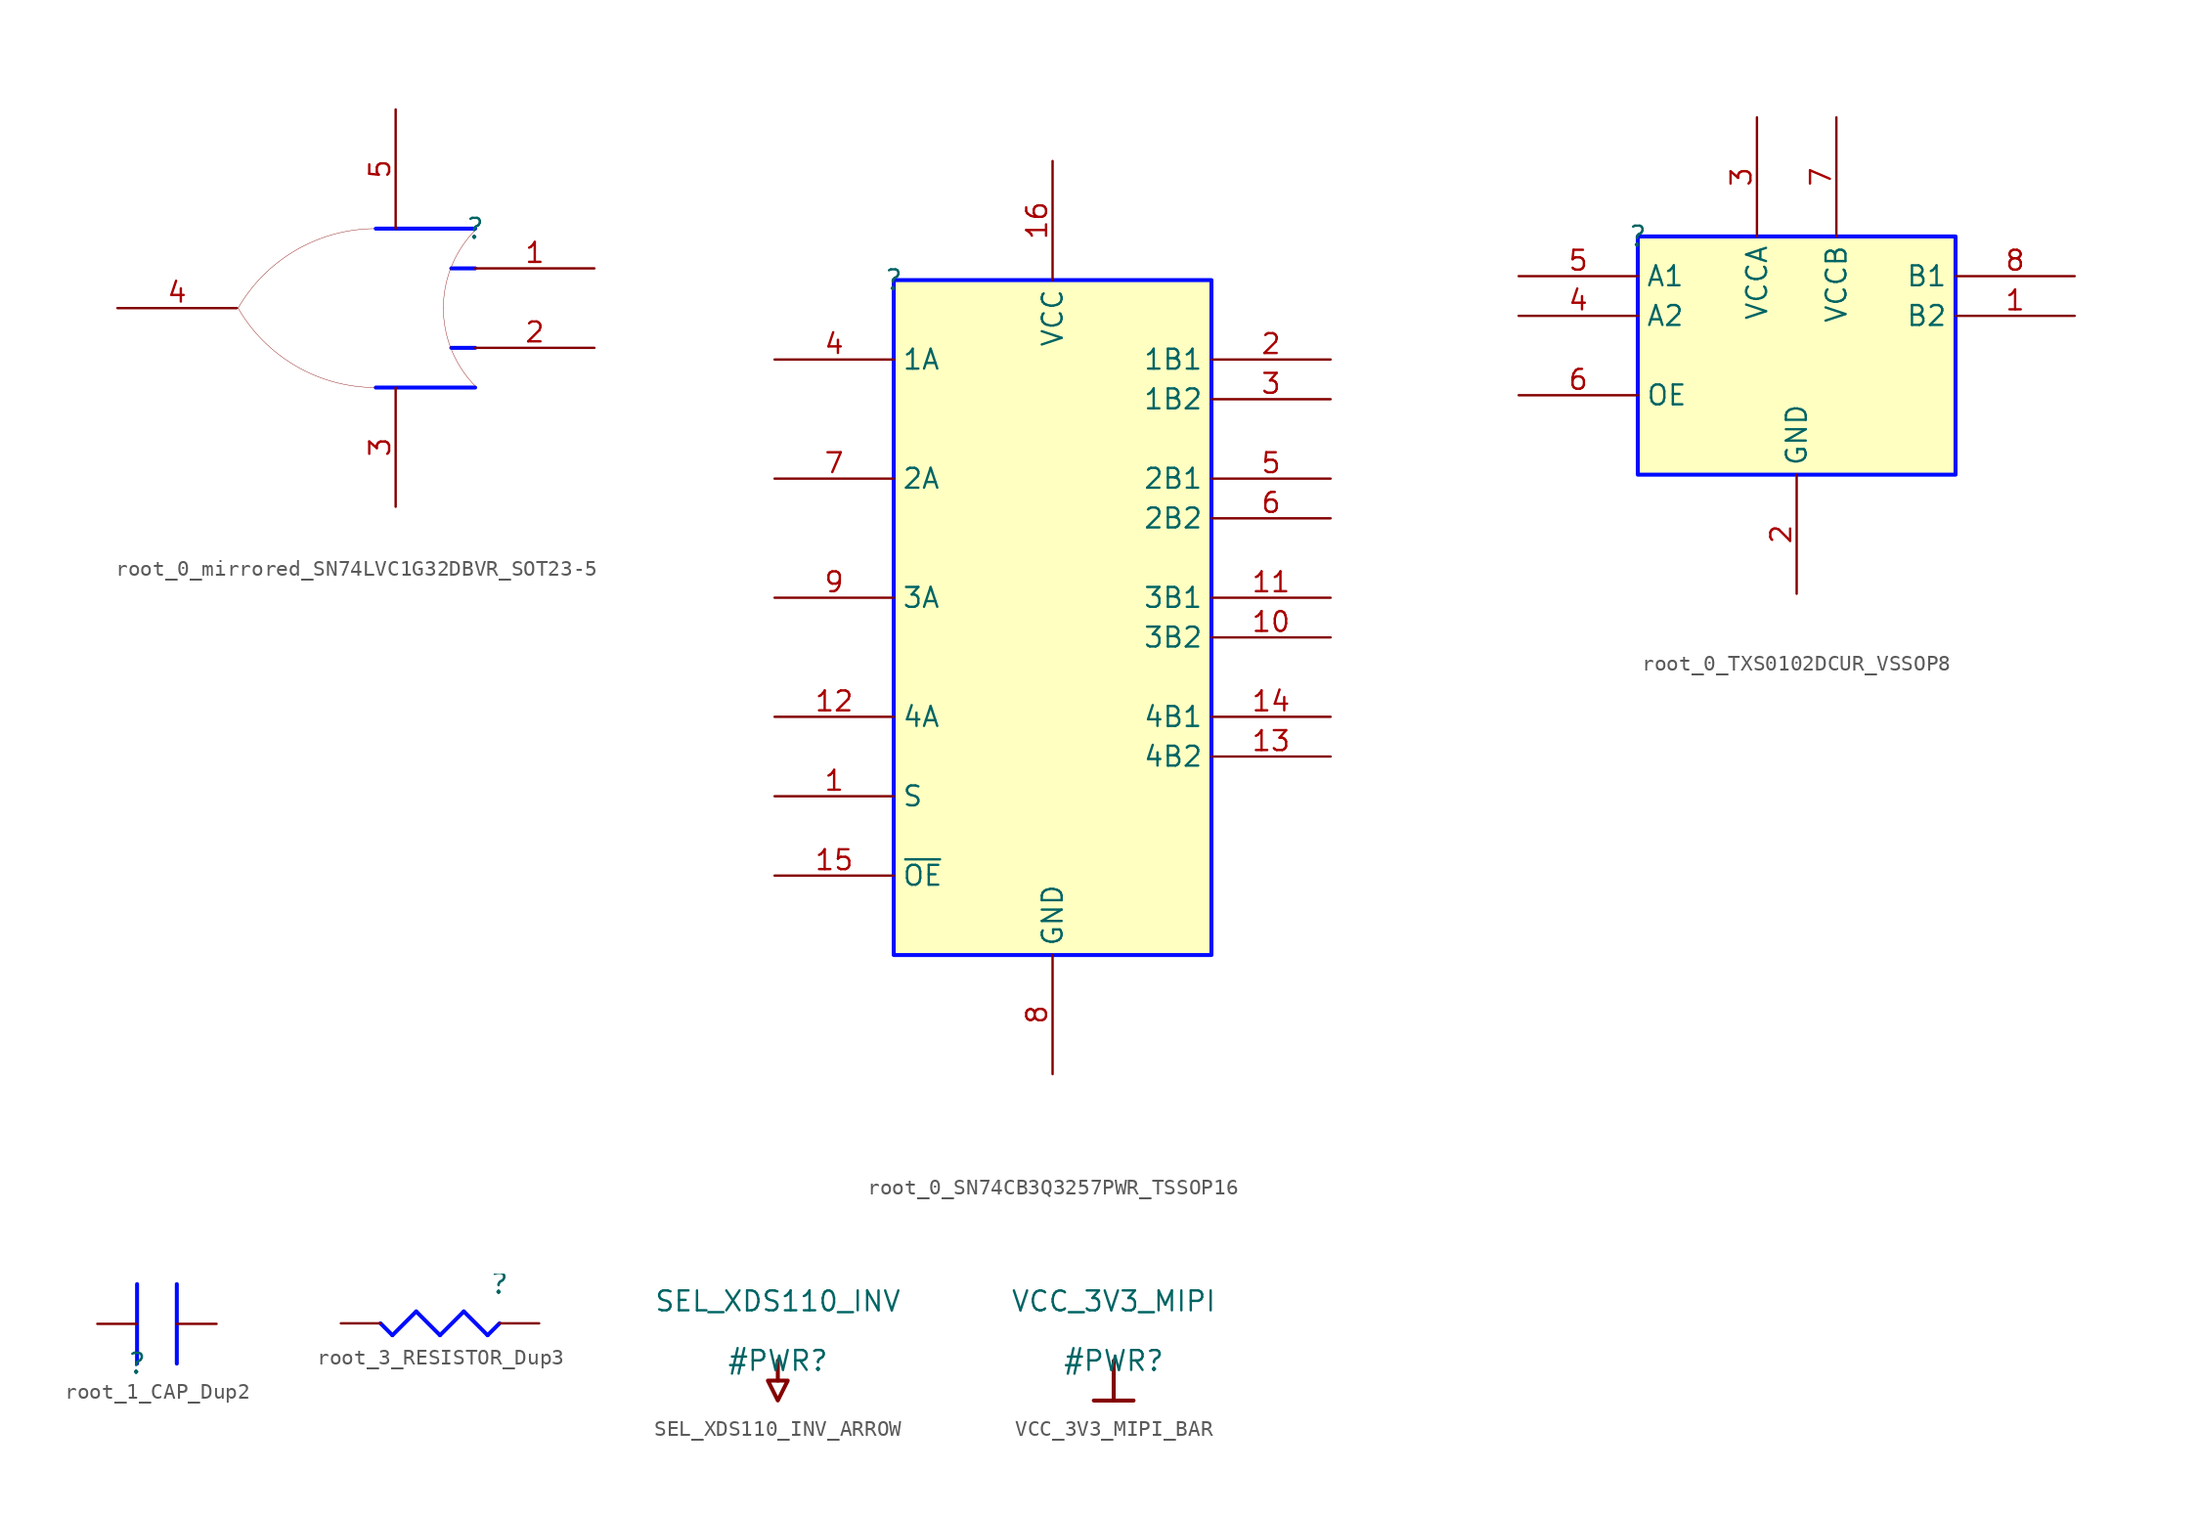
<source format=kicad_sym>
(kicad_symbol_lib
  (version 20231120)
  (generator "kicad_symbol_editor")
  (generator_version "8.0")
  (symbol "root_0_mirrored_SN74LVC1G32DBVR_SOT23-5"
    (property "Reference" ""
      (at 0 0 0)
      (effects (font (size 1.27 1.27))))
    (property "Value" ""
      (at 0 0 0)
      (effects (font (size 1.27 1.27))))
    (symbol "root_0_mirrored_SN74LVC1G32DBVR_SOT23-5_1_0"
      (arc (start -15.1713 -5.0408) (mid -11.4495 -8.7875) (end -6.35 -10.16) (stroke (width 0.0254) (type solid)) (fill (type none)))
      (arc (start -6.35 0) (mid -11.4496 -1.3725) (end -15.1713 -5.1192) (stroke (width 0.0254) (type solid)) (fill (type none)))
      (arc (start -2.032 -5.08) (mid -1.4906 -7.8016) (end 0.0511 -10.1089) (stroke (width 0.0254) (type solid)) (fill (type none)))
      (polyline (pts (xy -6.35 -10.16) (xy 0 -10.16)) (stroke (width 0.254) (type solid) (color 0 11 255 1)) (fill (type none)))
      (polyline (pts (xy -6.35 0) (xy 0 0)) (stroke (width 0.254) (type solid) (color 0 11 255 1)) (fill (type none)))
      (polyline (pts (xy 0 -7.62) (xy -1.524 -7.62)) (stroke (width 0.254) (type solid) (color 0 11 255 1)) (fill (type none)))
      (polyline (pts (xy 0 -2.54) (xy -1.524 -2.54)) (stroke (width 0.254) (type solid) (color 0 11 255 1)) (fill (type none)))
      (arc (start 0.0511 -0.0511) (mid -1.4906 -2.3584) (end -2.0319 -5.08) (stroke (width 0.0254) (type solid)) (fill (type none)))
      (pin input line (at 7.62 -2.54 180) (length 7.62) (name "A" (effects (font (size 0 0)))) (number "1" (effects (font (size 1.27 1.27)))))
      (pin input line (at 7.62 -7.62 180) (length 7.62) (name "B" (effects (font (size 0 0)))) (number "2" (effects (font (size 1.27 1.27)))))
      (pin power_in line (at -5.08 -17.78 90) (length 7.62) (name "GND" (effects (font (size 0 0)))) (number "3" (effects (font (size 1.27 1.27)))))
      (pin output line (at -22.86 -5.08 0) (length 7.62) (name "Y" (effects (font (size 0 0)))) (number "4" (effects (font (size 1.27 1.27)))))
      (pin power_in line (at -5.08 7.62 270) (length 7.62) (name "VCC" (effects (font (size 0 0)))) (number "5" (effects (font (size 1.27 1.27)))))))
  (symbol "root_0_SN74CB3Q3257PWR_TSSOP16"
    (property "Reference" ""
      (at 0 0 0)
      (effects (font (size 1.27 1.27))))
    (property "Value" ""
      (at 0 0 0)
      (effects (font (size 1.27 1.27))))
    (symbol "root_0_SN74CB3Q3257PWR_TSSOP16_1_0"
      (rectangle (start 20.32 0) (end 0 -43.18) (stroke (width 0.254) (type solid) (color 0 11 255 1)) (fill (type background)))
      (pin input line (at -7.62 -33.02 0) (length 7.62) (name "S" (effects (font (size 1.27 1.27)))) (number "1" (effects (font (size 1.27 1.27)))))
      (pin bidirectional line (at 27.94 -22.86 180) (length 7.62) (name "3B2" (effects (font (size 1.27 1.27)))) (number "10" (effects (font (size 1.27 1.27)))))
      (pin bidirectional line (at 27.94 -20.32 180) (length 7.62) (name "3B1" (effects (font (size 1.27 1.27)))) (number "11" (effects (font (size 1.27 1.27)))))
      (pin bidirectional line (at -7.62 -27.94 0) (length 7.62) (name "4A" (effects (font (size 1.27 1.27)))) (number "12" (effects (font (size 1.27 1.27)))))
      (pin bidirectional line (at 27.94 -30.48 180) (length 7.62) (name "4B2" (effects (font (size 1.27 1.27)))) (number "13" (effects (font (size 1.27 1.27)))))
      (pin bidirectional line (at 27.94 -27.94 180) (length 7.62) (name "4B1" (effects (font (size 1.27 1.27)))) (number "14" (effects (font (size 1.27 1.27)))))
      (pin input line (at -7.62 -38.1 0) (length 7.62) (name "~{OE}" (effects (font (size 1.27 1.27)))) (number "15" (effects (font (size 1.27 1.27)))))
      (pin power_in line (at 10.16 7.62 270) (length 7.62) (name "VCC" (effects (font (size 1.27 1.27)))) (number "16" (effects (font (size 1.27 1.27)))))
      (pin bidirectional line (at 27.94 -5.08 180) (length 7.62) (name "1B1" (effects (font (size 1.27 1.27)))) (number "2" (effects (font (size 1.27 1.27)))))
      (pin bidirectional line (at 27.94 -7.62 180) (length 7.62) (name "1B2" (effects (font (size 1.27 1.27)))) (number "3" (effects (font (size 1.27 1.27)))))
      (pin bidirectional line (at -7.62 -5.08 0) (length 7.62) (name "1A" (effects (font (size 1.27 1.27)))) (number "4" (effects (font (size 1.27 1.27)))))
      (pin bidirectional line (at 27.94 -12.7 180) (length 7.62) (name "2B1" (effects (font (size 1.27 1.27)))) (number "5" (effects (font (size 1.27 1.27)))))
      (pin bidirectional line (at 27.94 -15.24 180) (length 7.62) (name "2B2" (effects (font (size 1.27 1.27)))) (number "6" (effects (font (size 1.27 1.27)))))
      (pin bidirectional line (at -7.62 -12.7 0) (length 7.62) (name "2A" (effects (font (size 1.27 1.27)))) (number "7" (effects (font (size 1.27 1.27)))))
      (pin power_in line (at 10.16 -50.8 90) (length 7.62) (name "GND" (effects (font (size 1.27 1.27)))) (number "8" (effects (font (size 1.27 1.27)))))
      (pin bidirectional line (at -7.62 -20.32 0) (length 7.62) (name "3A" (effects (font (size 1.27 1.27)))) (number "9" (effects (font (size 1.27 1.27)))))))
  (symbol "root_0_TXS0102DCUR_VSSOP8"
    (property "Reference" ""
      (at 0 0 0)
      (effects (font (size 1.27 1.27))))
    (property "Value" ""
      (at 0 0 0)
      (effects (font (size 1.27 1.27))))
    (symbol "root_0_TXS0102DCUR_VSSOP8_1_0"
      (rectangle (start 20.32 0) (end 0 -15.24) (stroke (width 0.254) (type solid) (color 0 11 255 1)) (fill (type background)))
      (pin bidirectional line (at 27.94 -5.08 180) (length 7.62) (name "B2" (effects (font (size 1.27 1.27)))) (number "1" (effects (font (size 1.27 1.27)))))
      (pin power_in line (at 10.16 -22.86 90) (length 7.62) (name "GND" (effects (font (size 1.27 1.27)))) (number "2" (effects (font (size 1.27 1.27)))))
      (pin power_in line (at 7.62 7.62 270) (length 7.62) (name "VCCA" (effects (font (size 1.27 1.27)))) (number "3" (effects (font (size 1.27 1.27)))))
      (pin bidirectional line (at -7.62 -5.08 0) (length 7.62) (name "A2" (effects (font (size 1.27 1.27)))) (number "4" (effects (font (size 1.27 1.27)))))
      (pin bidirectional line (at -7.62 -2.54 0) (length 7.62) (name "A1" (effects (font (size 1.27 1.27)))) (number "5" (effects (font (size 1.27 1.27)))))
      (pin input line (at -7.62 -10.16 0) (length 7.62) (name "OE" (effects (font (size 1.27 1.27)))) (number "6" (effects (font (size 1.27 1.27)))))
      (pin power_in line (at 12.7 7.62 270) (length 7.62) (name "VCCB" (effects (font (size 1.27 1.27)))) (number "7" (effects (font (size 1.27 1.27)))))
      (pin bidirectional line (at 27.94 -2.54 180) (length 7.62) (name "B1" (effects (font (size 1.27 1.27)))) (number "8" (effects (font (size 1.27 1.27)))))))
  (symbol "root_1_CAP_Dup2"
    (property "Reference" ""
      (at 0 0 0)
      (effects (font (size 1.27 1.27))))
    (property "Value" ""
      (at 0 0 0)
      (effects (font (size 1.27 1.27))))
    (symbol "root_1_CAP_Dup2_1_0"
      (polyline (pts (xy 0 0) (xy 0 5.08)) (stroke (width 0.254) (type solid) (color 0 11 255 1)) (fill (type none)))
      (polyline (pts (xy 2.54 0) (xy 2.54 5.08)) (stroke (width 0.254) (type solid) (color 0 11 255 1)) (fill (type none)))
      (pin passive line (at -2.54 2.54 0) (length 2.54) (name "1" (effects (font (size 0 0)))) (number "1" (effects (font (size 0 0)))))
      (pin passive line (at 5.08 2.54 180) (length 2.54) (name "2" (effects (font (size 0 0)))) (number "2" (effects (font (size 0 0)))))))
  (symbol "root_3_RESISTOR_Dup3"
    (property "Reference" ""
      (at 0 0 0)
      (effects (font (size 1.27 1.27))))
    (property "Value" ""
      (at 0 0 0)
      (effects (font (size 1.27 1.27))))
    (symbol "root_3_RESISTOR_Dup3_1_0"
      (polyline (pts (xy -6.858 -3.302) (xy -7.62 -2.54)) (stroke (width 0.254) (type solid) (color 0 11 255 1)) (fill (type none)))
      (polyline (pts (xy -5.334 -1.778) (xy -6.858 -3.302)) (stroke (width 0.254) (type solid) (color 0 11 255 1)) (fill (type none)))
      (polyline (pts (xy -3.81 -3.302) (xy -5.334 -1.778)) (stroke (width 0.254) (type solid) (color 0 11 255 1)) (fill (type none)))
      (polyline (pts (xy -2.286 -1.778) (xy -3.81 -3.302)) (stroke (width 0.254) (type solid) (color 0 11 255 1)) (fill (type none)))
      (polyline (pts (xy -0.762 -3.302) (xy -2.286 -1.778)) (stroke (width 0.254) (type solid) (color 0 11 255 1)) (fill (type none)))
      (polyline (pts (xy 0 -2.54) (xy -0.762 -3.302)) (stroke (width 0.254) (type solid) (color 0 11 255 1)) (fill (type none)))
      (pin passive line (at 2.54 -2.54 180) (length 2.54) (name "1" (effects (font (size 0 0)))) (number "1" (effects (font (size 0 0)))))
      (pin passive line (at -10.16 -2.54 0) (length 2.54) (name "2" (effects (font (size 0 0)))) (number "2" (effects (font (size 0 0)))))))
  (symbol "SEL_XDS110_INV_ARROW"
    (power)
    (property "Reference" "#PWR"
      (at 0 0 0)
      (effects (font (size 1.27 1.27))))
    (property "Value" "SEL_XDS110_INV"
      (at 0 3.81 0)
      (effects (font (size 1.27 1.27))))
    (symbol "SEL_XDS110_INV_ARROW_0_0"
      (polyline (pts (xy 0 0) (xy 0 -1.27)) (stroke (width 0.254) (type solid)) (fill (type none)))
      (polyline (pts (xy -0.635 -1.27) (xy 0.635 -1.27) (xy 0 -2.54) (xy -0.635 -1.27)) (stroke (width 0.254) (type solid)) (fill (type none)))
      (pin power_in line (at 0 0 0) (length 0) hide (name "SEL_XDS110_INV" (effects (font (size 1.27 1.27)))) (number "" (effects (font (size 1.27 1.27)))))))
  (symbol "VCC_3V3_MIPI_BAR"
    (power)
    (property "Reference" "#PWR"
      (at 0 0 0)
      (effects (font (size 1.27 1.27))))
    (property "Value" "VCC_3V3_MIPI"
      (at 0 3.81 0)
      (effects (font (size 1.27 1.27))))
    (symbol "VCC_3V3_MIPI_BAR_0_0"
      (polyline (pts (xy -1.27 -2.54) (xy 1.27 -2.54)) (stroke (width 0.254) (type solid)) (fill (type none)))
      (polyline (pts (xy 0 0) (xy 0 -2.54)) (stroke (width 0.254) (type solid)) (fill (type none)))
      (pin power_in line (at 0 0 0) (length 0) hide (name "VCC_3V3_MIPI" (effects (font (size 1.27 1.27)))) (number "" (effects (font (size 1.27 1.27))))))))
</source>
